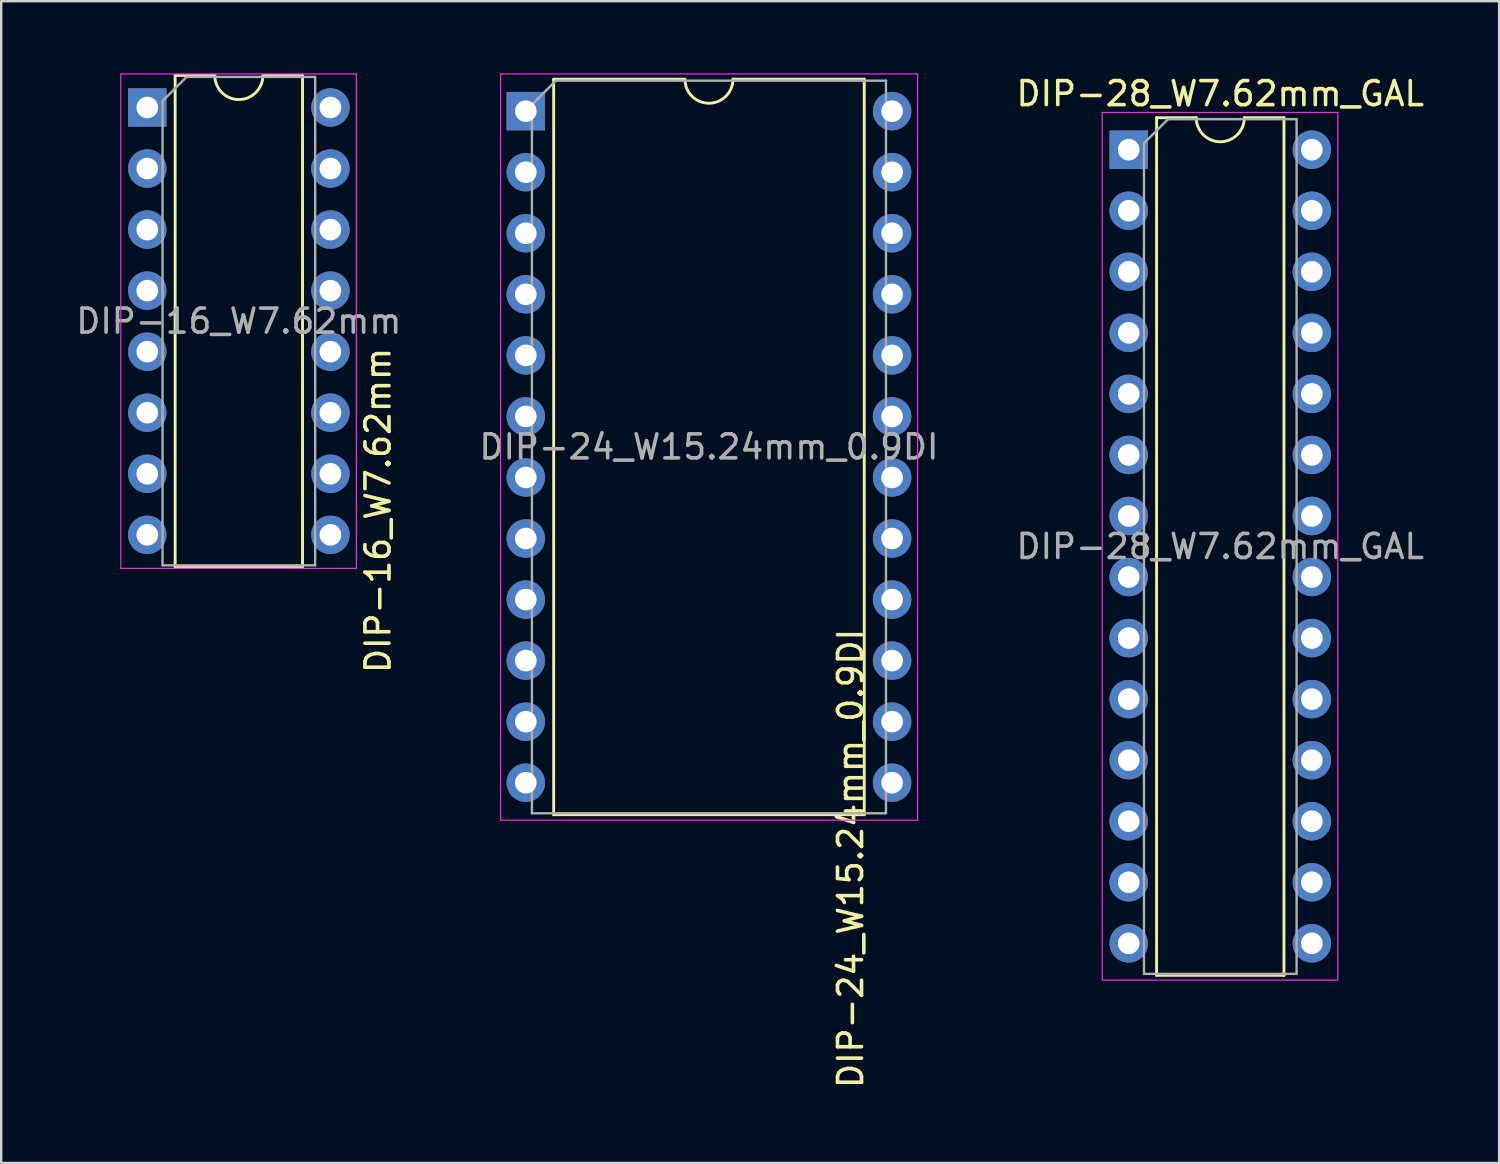
<source format=kicad_pcb>
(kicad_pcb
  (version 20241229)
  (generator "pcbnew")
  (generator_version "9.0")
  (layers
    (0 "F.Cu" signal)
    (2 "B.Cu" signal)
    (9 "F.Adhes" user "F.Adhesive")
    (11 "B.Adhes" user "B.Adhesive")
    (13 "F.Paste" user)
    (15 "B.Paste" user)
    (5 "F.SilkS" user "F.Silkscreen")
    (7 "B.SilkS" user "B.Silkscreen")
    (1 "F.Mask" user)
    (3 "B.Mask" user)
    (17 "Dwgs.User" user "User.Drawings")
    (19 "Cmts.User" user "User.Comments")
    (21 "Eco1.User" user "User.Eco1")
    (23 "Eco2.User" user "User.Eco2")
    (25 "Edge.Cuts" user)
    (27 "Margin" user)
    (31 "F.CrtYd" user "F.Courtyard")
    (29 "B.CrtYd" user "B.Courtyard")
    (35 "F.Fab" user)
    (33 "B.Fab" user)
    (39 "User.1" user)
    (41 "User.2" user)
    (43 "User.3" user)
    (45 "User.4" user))
  (footprint "DIP-28_W7.62mm_GAL"
    (layer "F.Cu")
    (at 43.91 3.178)
    (property "Reference" "DIP-28_W7.62mm_GAL" (at 3.81 -2.33 0) (layer "F.SilkS") (effects (font (size 1 1) (thickness 0.15))))
    (attr through_hole)
    (fp_line (start 1.16 -1.33) (end 1.16 34.35) (stroke (width 0.12) (type solid)) (layer "F.SilkS"))
    (fp_line (start 1.16 34.35) (end 6.46 34.35) (stroke (width 0.12) (type solid)) (layer "F.SilkS"))
    (fp_line (start 2.81 -1.33) (end 1.16 -1.33) (stroke (width 0.12) (type solid)) (layer "F.SilkS"))
    (fp_line (start 6.46 -1.33) (end 4.81 -1.33) (stroke (width 0.12) (type solid)) (layer "F.SilkS"))
    (fp_line (start 6.46 34.35) (end 6.46 -1.33) (stroke (width 0.12) (type solid)) (layer "F.SilkS"))
    (fp_arc (start 4.81 -1.33) (mid 3.81 -0.33) (end 2.81 -1.33) (stroke (width 0.12) (type solid)) (layer "F.SilkS"))
    (fp_line (start -1.1 -1.55) (end -1.1 34.55) (stroke (width 0.05) (type solid)) (layer "F.CrtYd"))
    (fp_line (start -1.1 34.55) (end 8.7 34.55) (stroke (width 0.05) (type solid)) (layer "F.CrtYd"))
    (fp_line (start 8.7 -1.55) (end -1.1 -1.55) (stroke (width 0.05) (type solid)) (layer "F.CrtYd"))
    (fp_line (start 8.7 34.55) (end 8.7 -1.55) (stroke (width 0.05) (type solid)) (layer "F.CrtYd"))
    (fp_line (start 0.635 -0.27) (end 1.635 -1.27) (stroke (width 0.1) (type solid)) (layer "F.Fab"))
    (fp_line (start 0.635 34.29) (end 0.635 -0.27) (stroke (width 0.1) (type solid)) (layer "F.Fab"))
    (fp_line (start 1.635 -1.27) (end 6.985 -1.27) (stroke (width 0.1) (type solid)) (layer "F.Fab"))
    (fp_line (start 6.985 -1.27) (end 6.985 34.29) (stroke (width 0.1) (type solid)) (layer "F.Fab"))
    (fp_line (start 6.985 34.29) (end 0.635 34.29) (stroke (width 0.1) (type solid)) (layer "F.Fab"))
    (fp_text user "${REFERENCE}" (at 3.81 16.51 0) (layer "F.Fab") (effects (font (size 1 1) (thickness 0.15))))
    (pad "1" thru_hole rect (at 0 0) (size 1.6 1.6) (drill 0.9) (layers "*.Cu" "*.Mask"))
    (pad "2" thru_hole oval (at 0 2.54) (size 1.6 1.6) (drill 0.9) (layers "*.Cu" "*.Mask"))
    (pad "3" thru_hole oval (at 0 5.08) (size 1.6 1.6) (drill 0.9) (layers "*.Cu" "*.Mask"))
    (pad "4" thru_hole oval (at 0 7.62) (size 1.6 1.6) (drill 0.9) (layers "*.Cu" "*.Mask"))
    (pad "5" thru_hole oval (at 0 10.16) (size 1.6 1.6) (drill 0.9) (layers "*.Cu" "*.Mask"))
    (pad "6" thru_hole oval (at 0 12.7) (size 1.6 1.6) (drill 0.9) (layers "*.Cu" "*.Mask"))
    (pad "7" thru_hole oval (at 0 15.24) (size 1.6 1.6) (drill 0.9) (layers "*.Cu" "*.Mask"))
    (pad "8" thru_hole oval (at 0 17.78) (size 1.6 1.6) (drill 0.9) (layers "*.Cu" "*.Mask"))
    (pad "9" thru_hole oval (at 0 20.32) (size 1.6 1.6) (drill 0.9) (layers "*.Cu" "*.Mask"))
    (pad "10" thru_hole oval (at 0 22.86) (size 1.6 1.6) (drill 0.9) (layers "*.Cu" "*.Mask"))
    (pad "11" thru_hole oval (at 0 25.4) (size 1.6 1.6) (drill 0.9) (layers "*.Cu" "*.Mask"))
    (pad "12" thru_hole oval (at 0 27.94) (size 1.6 1.6) (drill 0.9) (layers "*.Cu" "*.Mask"))
    (pad "13" thru_hole oval (at 0 30.48) (size 1.6 1.6) (drill 0.9) (layers "*.Cu" "*.Mask"))
    (pad "14" thru_hole oval (at 0 33.02) (size 1.6 1.6) (drill 0.9) (layers "*.Cu" "*.Mask"))
    (pad "15" thru_hole oval (at 7.62 33.02) (size 1.6 1.6) (drill 0.9) (layers "*.Cu" "*.Mask"))
    (pad "16" thru_hole oval (at 7.62 30.48) (size 1.6 1.6) (drill 0.9) (layers "*.Cu" "*.Mask"))
    (pad "17" thru_hole oval (at 7.62 27.94) (size 1.6 1.6) (drill 0.9) (layers "*.Cu" "*.Mask"))
    (pad "18" thru_hole oval (at 7.62 25.4) (size 1.6 1.6) (drill 0.9) (layers "*.Cu" "*.Mask"))
    (pad "19" thru_hole oval (at 7.62 22.86) (size 1.6 1.6) (drill 0.9) (layers "*.Cu" "*.Mask"))
    (pad "20" thru_hole oval (at 7.62 20.32) (size 1.6 1.6) (drill 0.9) (layers "*.Cu" "*.Mask"))
    (pad "21" thru_hole oval (at 7.62 17.78) (size 1.6 1.6) (drill 0.9) (layers "*.Cu" "*.Mask"))
    (pad "22" thru_hole oval (at 7.62 15.24) (size 1.6 1.6) (drill 0.9) (layers "*.Cu" "*.Mask"))
    (pad "23" thru_hole oval (at 7.62 12.7) (size 1.6 1.6) (drill 0.9) (layers "*.Cu" "*.Mask"))
    (pad "24" thru_hole oval (at 7.62 10.16) (size 1.6 1.6) (drill 0.9) (layers "*.Cu" "*.Mask"))
    (pad "25" thru_hole oval (at 7.62 7.62) (size 1.6 1.6) (drill 0.9) (layers "*.Cu" "*.Mask"))
    (pad "26" thru_hole oval (at 7.62 5.08) (size 1.6 1.6) (drill 0.9) (layers "*.Cu" "*.Mask"))
    (pad "27" thru_hole oval (at 7.62 2.54) (size 1.6 1.6) (drill 0.9) (layers "*.Cu" "*.Mask"))
    (pad "28" thru_hole oval (at 7.62 0) (size 1.6 1.6) (drill 0.9) (layers "*.Cu" "*.Mask")))
  (footprint "DIP-16_W7.62mm"
    (layer "F.Cu")
    (at 3.077 1.422)
    (property "Reference" "DIP-16_W7.62mm" (at 9.601 16.764 90) (layer "F.SilkS") (effects (font (size 1 1) (thickness 0.15))))
    (attr through_hole)
    (fp_line (start 1.16 -1.33) (end 1.16 19.11) (stroke (width 0.12) (type solid)) (layer "F.SilkS"))
    (fp_line (start 1.16 19.11) (end 6.46 19.11) (stroke (width 0.12) (type solid)) (layer "F.SilkS"))
    (fp_line (start 2.81 -1.33) (end 1.16 -1.33) (stroke (width 0.12) (type solid)) (layer "F.SilkS"))
    (fp_line (start 6.46 -1.33) (end 4.81 -1.33) (stroke (width 0.12) (type solid)) (layer "F.SilkS"))
    (fp_line (start 6.46 19.11) (end 6.46 -1.33) (stroke (width 0.12) (type solid)) (layer "F.SilkS"))
    (fp_arc (start 4.81 -1.33) (mid 3.81 -0.33) (end 2.81 -1.33) (stroke (width 0.12) (type solid)) (layer "F.SilkS"))
    (fp_line (start -1.1 -1.397) (end -1.1 19.177) (stroke (width 0.05) (type solid)) (layer "F.CrtYd"))
    (fp_line (start -1.1 19.177) (end 8.7 19.177) (stroke (width 0.05) (type solid)) (layer "F.CrtYd"))
    (fp_line (start 8.7 -1.397) (end -1.1 -1.397) (stroke (width 0.05) (type solid)) (layer "F.CrtYd"))
    (fp_line (start 8.7 19.177) (end 8.7 -1.397) (stroke (width 0.05) (type solid)) (layer "F.CrtYd"))
    (fp_line (start 0.635 -0.27) (end 1.635 -1.27) (stroke (width 0.1) (type solid)) (layer "F.Fab"))
    (fp_line (start 0.635 19.05) (end 0.635 -0.27) (stroke (width 0.1) (type solid)) (layer "F.Fab"))
    (fp_line (start 1.635 -1.27) (end 6.985 -1.27) (stroke (width 0.1) (type solid)) (layer "F.Fab"))
    (fp_line (start 6.985 -1.27) (end 6.985 19.05) (stroke (width 0.1) (type solid)) (layer "F.Fab"))
    (fp_line (start 6.985 19.05) (end 0.635 19.05) (stroke (width 0.1) (type solid)) (layer "F.Fab"))
    (fp_text user "${REFERENCE}" (at 3.81 8.89 0) (layer "F.Fab") (effects (font (size 1 1) (thickness 0.15))))
    (pad "1" thru_hole rect (at 0 0) (size 1.6 1.6) (drill 0.9) (layers "*.Cu" "*.Mask"))
    (pad "2" thru_hole oval (at 0 2.54) (size 1.6 1.6) (drill 0.9) (layers "*.Cu" "*.Mask"))
    (pad "3" thru_hole oval (at 0 5.08) (size 1.6 1.6) (drill 0.9) (layers "*.Cu" "*.Mask"))
    (pad "4" thru_hole oval (at 0 7.62) (size 1.6 1.6) (drill 0.9) (layers "*.Cu" "*.Mask"))
    (pad "5" thru_hole oval (at 0 10.16) (size 1.6 1.6) (drill 0.9) (layers "*.Cu" "*.Mask"))
    (pad "6" thru_hole oval (at 0 12.7) (size 1.6 1.6) (drill 0.9) (layers "*.Cu" "*.Mask"))
    (pad "7" thru_hole oval (at 0 15.24) (size 1.6 1.6) (drill 0.9) (layers "*.Cu" "*.Mask"))
    (pad "8" thru_hole oval (at 0 17.78) (size 1.6 1.6) (drill 0.9) (layers "*.Cu" "*.Mask"))
    (pad "9" thru_hole oval (at 7.62 17.78) (size 1.6 1.6) (drill 0.9) (layers "*.Cu" "*.Mask"))
    (pad "10" thru_hole oval (at 7.62 15.24) (size 1.6 1.6) (drill 0.9) (layers "*.Cu" "*.Mask"))
    (pad "11" thru_hole oval (at 7.62 12.7) (size 1.6 1.6) (drill 0.9) (layers "*.Cu" "*.Mask"))
    (pad "12" thru_hole oval (at 7.62 10.16) (size 1.6 1.6) (drill 0.9) (layers "*.Cu" "*.Mask"))
    (pad "13" thru_hole oval (at 7.62 7.62) (size 1.6 1.6) (drill 0.9) (layers "*.Cu" "*.Mask"))
    (pad "14" thru_hole oval (at 7.62 5.08) (size 1.6 1.6) (drill 0.9) (layers "*.Cu" "*.Mask"))
    (pad "15" thru_hole oval (at 7.62 2.54) (size 1.6 1.6) (drill 0.9) (layers "*.Cu" "*.Mask"))
    (pad "16" thru_hole oval (at 7.62 0) (size 1.6 1.6) (drill 0.9) (layers "*.Cu" "*.Mask")))
  (footprint "DIP-24_W15.24mm_0.9DI"
    (layer "F.Cu")
    (at 18.826 1.575)
    (property "Reference" "DIP-24_W15.24mm_0.9DI" (at 13.513 31.09 90) (layer "F.SilkS") (effects (font (size 1 1) (thickness 0.15))))
    (attr through_hole)
    (fp_line (start 1.16 -1.33) (end 1.16 29.27) (stroke (width 0.12) (type solid)) (layer "F.SilkS"))
    (fp_line (start 1.16 29.27) (end 14.08 29.27) (stroke (width 0.12) (type solid)) (layer "F.SilkS"))
    (fp_line (start 6.62 -1.33) (end 1.16 -1.33) (stroke (width 0.12) (type solid)) (layer "F.SilkS"))
    (fp_line (start 14.08 -1.33) (end 8.62 -1.33) (stroke (width 0.12) (type solid)) (layer "F.SilkS"))
    (fp_line (start 14.08 29.27) (end 14.08 -1.33) (stroke (width 0.12) (type solid)) (layer "F.SilkS"))
    (fp_arc (start 8.62 -1.33) (mid 7.62 -0.33) (end 6.62 -1.33) (stroke (width 0.12) (type solid)) (layer "F.SilkS"))
    (fp_line (start -1.05 -1.55) (end -1.05 29.5) (stroke (width 0.05) (type solid)) (layer "F.CrtYd"))
    (fp_line (start -1.05 29.5) (end 16.3 29.5) (stroke (width 0.05) (type solid)) (layer "F.CrtYd"))
    (fp_line (start 16.3 -1.55) (end -1.05 -1.55) (stroke (width 0.05) (type solid)) (layer "F.CrtYd"))
    (fp_line (start 16.3 29.5) (end 16.3 -1.55) (stroke (width 0.05) (type solid)) (layer "F.CrtYd"))
    (fp_line (start 0.255 -0.27) (end 1.255 -1.27) (stroke (width 0.1) (type solid)) (layer "F.Fab"))
    (fp_line (start 0.255 29.21) (end 0.255 -0.27) (stroke (width 0.1) (type solid)) (layer "F.Fab"))
    (fp_line (start 1.255 -1.27) (end 14.985 -1.27) (stroke (width 0.1) (type solid)) (layer "F.Fab"))
    (fp_line (start 14.985 -1.27) (end 14.985 29.21) (stroke (width 0.1) (type solid)) (layer "F.Fab"))
    (fp_line (start 14.985 29.21) (end 0.255 29.21) (stroke (width 0.1) (type solid)) (layer "F.Fab"))
    (fp_text user "${REFERENCE}" (at 7.62 13.97 0) (layer "F.Fab") (effects (font (size 1 1) (thickness 0.15))))
    (pad "1" thru_hole rect (at 0 0) (size 1.6 1.6) (drill 0.9) (layers "*.Cu" "*.Mask"))
    (pad "2" thru_hole oval (at 0 2.54) (size 1.6 1.6) (drill 0.9) (layers "*.Cu" "*.Mask"))
    (pad "3" thru_hole oval (at 0 5.08) (size 1.6 1.6) (drill 0.9) (layers "*.Cu" "*.Mask"))
    (pad "4" thru_hole oval (at 0 7.62) (size 1.6 1.6) (drill 0.9) (layers "*.Cu" "*.Mask"))
    (pad "5" thru_hole oval (at 0 10.16) (size 1.6 1.6) (drill 0.9) (layers "*.Cu" "*.Mask"))
    (pad "6" thru_hole oval (at 0 12.7) (size 1.6 1.6) (drill 0.9) (layers "*.Cu" "*.Mask"))
    (pad "7" thru_hole oval (at 0 15.24) (size 1.6 1.6) (drill 0.9) (layers "*.Cu" "*.Mask"))
    (pad "8" thru_hole oval (at 0 17.78) (size 1.6 1.6) (drill 0.9) (layers "*.Cu" "*.Mask"))
    (pad "9" thru_hole oval (at 0 20.32) (size 1.6 1.6) (drill 0.9) (layers "*.Cu" "*.Mask"))
    (pad "10" thru_hole oval (at 0 22.86) (size 1.6 1.6) (drill 0.9) (layers "*.Cu" "*.Mask"))
    (pad "11" thru_hole oval (at 0 25.4) (size 1.6 1.6) (drill 0.9) (layers "*.Cu" "*.Mask"))
    (pad "12" thru_hole oval (at 0 27.94) (size 1.6 1.6) (drill 0.9) (layers "*.Cu" "*.Mask"))
    (pad "13" thru_hole oval (at 15.24 27.94) (size 1.6 1.6) (drill 0.9) (layers "*.Cu" "*.Mask"))
    (pad "14" thru_hole oval (at 15.24 25.4) (size 1.6 1.6) (drill 0.9) (layers "*.Cu" "*.Mask"))
    (pad "15" thru_hole oval (at 15.24 22.86) (size 1.6 1.6) (drill 0.9) (layers "*.Cu" "*.Mask"))
    (pad "16" thru_hole oval (at 15.24 20.32) (size 1.6 1.6) (drill 0.9) (layers "*.Cu" "*.Mask"))
    (pad "17" thru_hole oval (at 15.24 17.78) (size 1.6 1.6) (drill 0.9) (layers "*.Cu" "*.Mask"))
    (pad "18" thru_hole oval (at 15.24 15.24) (size 1.6 1.6) (drill 0.9) (layers "*.Cu" "*.Mask"))
    (pad "19" thru_hole oval (at 15.24 12.7) (size 1.6 1.6) (drill 0.9) (layers "*.Cu" "*.Mask"))
    (pad "20" thru_hole oval (at 15.24 10.16) (size 1.6 1.6) (drill 0.9) (layers "*.Cu" "*.Mask"))
    (pad "21" thru_hole oval (at 15.24 7.62) (size 1.6 1.6) (drill 0.9) (layers "*.Cu" "*.Mask"))
    (pad "22" thru_hole oval (at 15.24 5.08) (size 1.6 1.6) (drill 0.9) (layers "*.Cu" "*.Mask"))
    (pad "23" thru_hole oval (at 15.24 2.54) (size 1.6 1.6) (drill 0.9) (layers "*.Cu" "*.Mask"))
    (pad "24" thru_hole oval (at 15.24 0) (size 1.6 1.6) (drill 0.9) (layers "*.Cu" "*.Mask")))
  (gr_rect
    (start -3 -3)
    (end 59.321 45.337)
    (stroke (width 0.1) (type default))
    (fill no)
    (layer "Edge.Cuts")))
</source>
